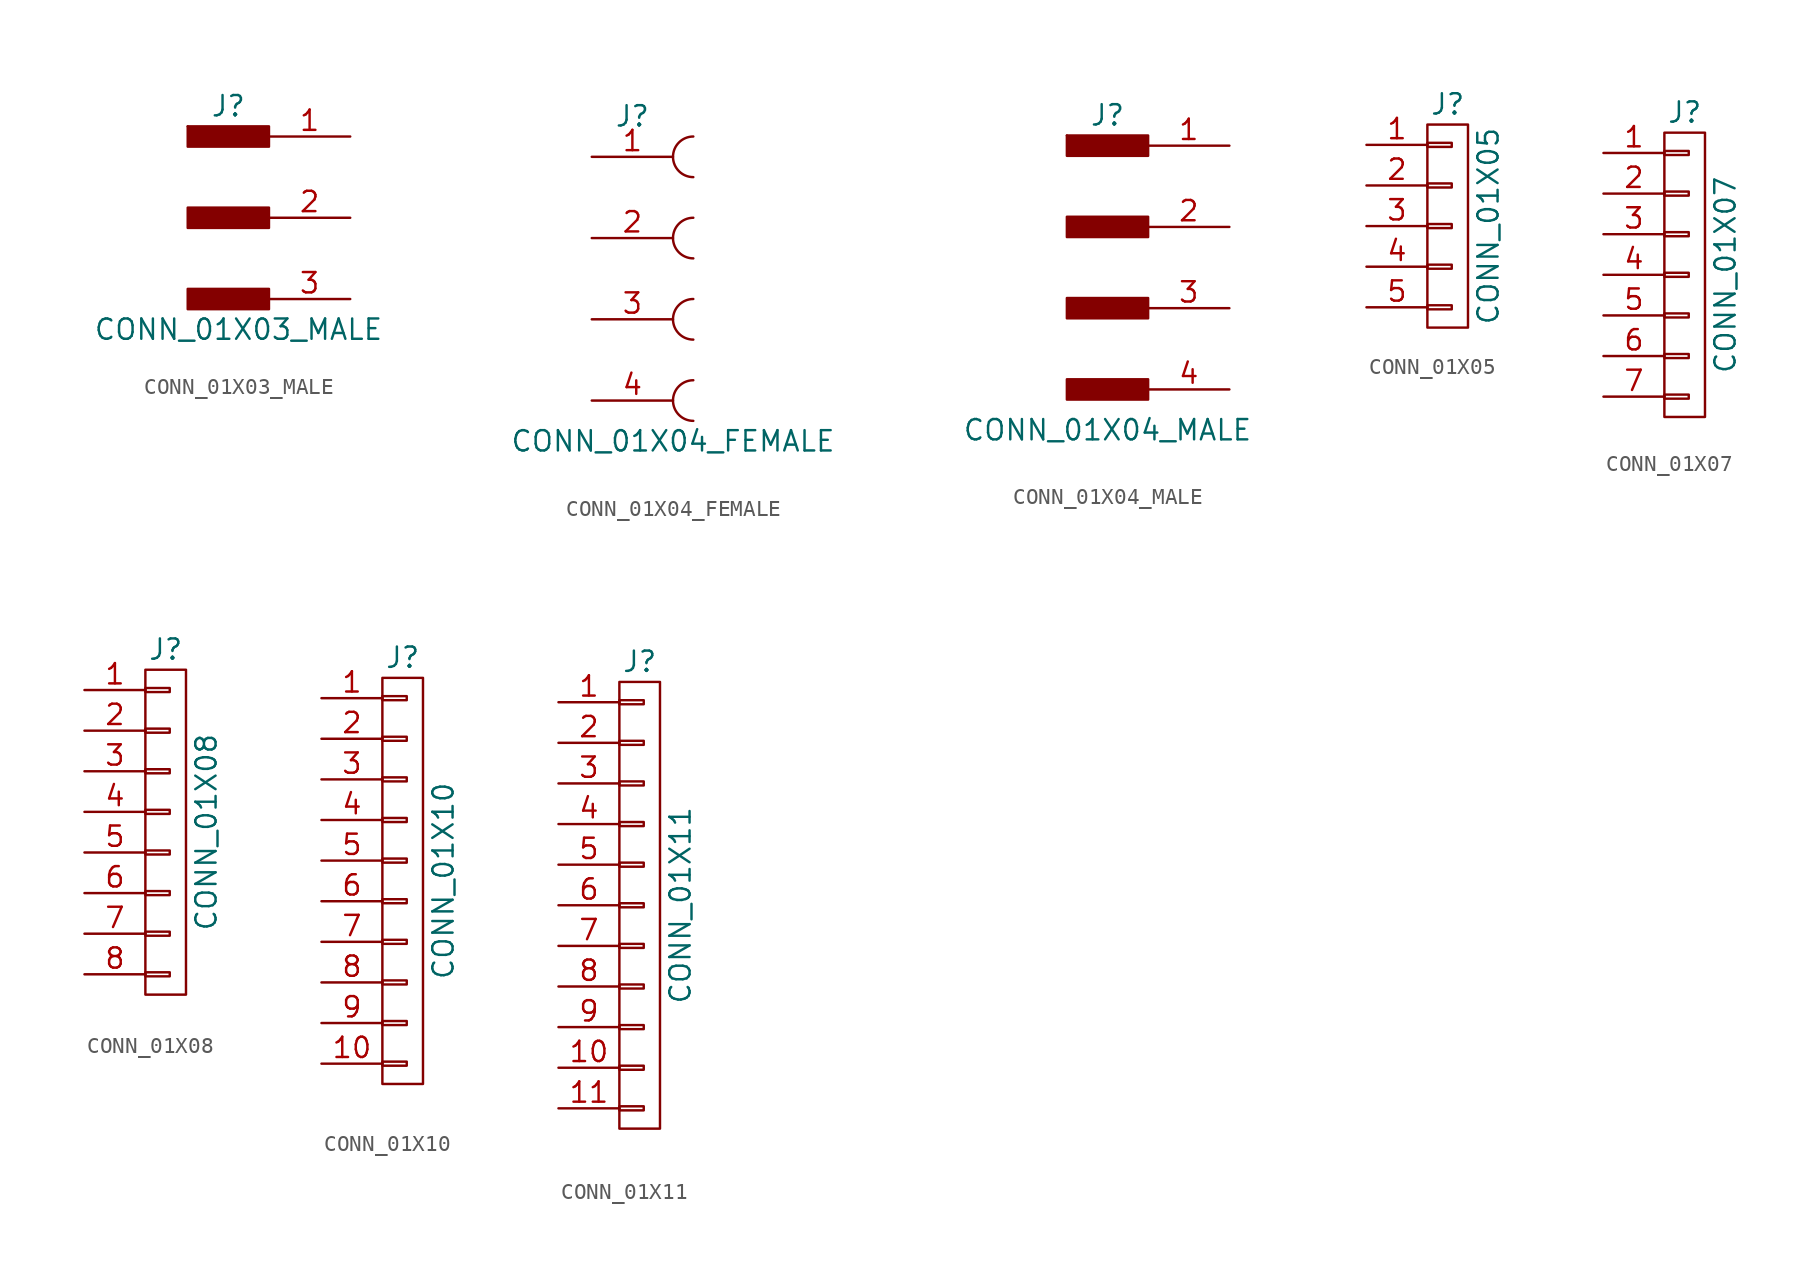
<source format=kicad_sym>
(kicad_symbol_lib
  (version 20211014)
  (generator kicad_symbol_editor)
  (symbol "CONN_01X03_MALE"
    (pin_names
      (offset 1.016) hide)
    (property "Reference" "J"
      (at 0 6.985 0)
      (effects (font (size 1.27 1.27))))
    (property "Value" "CONN_01X03_MALE"
      (at 0.635 -6.985 0)
      (effects (font (size 1.27 1.27))))
    (symbol "CONN_01X03_MALE_0_1"
      (rectangle (start -2.54 0.635) (end 2.54 -0.635) (stroke (width 0) (type default) (color 0 0 0 0)) (fill (type outline)))
      (rectangle (start -2.54 5.715) (end -2.54 5.715) (stroke (width 0) (type default) (color 0 0 0 0)) (fill (type none)))
      (rectangle (start 2.54 -4.445) (end -2.54 -5.715) (stroke (width 0) (type default) (color 0 0 0 0)) (fill (type outline)))
      (rectangle (start 2.54 5.715) (end -2.54 4.445) (stroke (width 0) (type default) (color 0 0 0 0)) (fill (type outline))))
    (symbol "CONN_01X03_MALE_1_1"
      (pin passive line (at 7.62 5.08 180) (length 5.08) (name "1" (effects (font (size 1.27 1.27)))) (number "1" (effects (font (size 1.27 1.27)))))
      (pin passive line (at 7.62 0 180) (length 5.08) (name "2" (effects (font (size 1.27 1.27)))) (number "2" (effects (font (size 1.27 1.27)))))
      (pin passive line (at 7.62 -5.08 180) (length 5.08) (name "3" (effects (font (size 1.27 1.27)))) (number "3" (effects (font (size 1.27 1.27)))))))
  (symbol "CONN_01X04_FEMALE"
    (pin_names
      (offset 1.016) hide)
    (property "Reference" "J"
      (at 0 10.16 0)
      (effects (font (size 1.27 1.27))))
    (property "Value" "CONN_01X04_FEMALE"
      (at 2.54 -10.16 0)
      (effects (font (size 1.27 1.27))))
    (symbol "CONN_01X04_FEMALE_0_1"
      (arc (start 3.81 -6.35) (mid 2.54 -7.62) (end 3.81 -8.89) (stroke (width 0) (type default) (color 0 0 0 0)) (fill (type none)))
      (arc (start 3.81 -1.27) (mid 2.54 -2.54) (end 3.81 -3.81) (stroke (width 0) (type default) (color 0 0 0 0)) (fill (type none)))
      (arc (start 3.81 3.81) (mid 2.54 2.54) (end 3.81 1.27) (stroke (width 0) (type default) (color 0 0 0 0)) (fill (type none)))
      (arc (start 3.81 8.89) (mid 2.54 7.62) (end 3.81 6.35) (stroke (width 0) (type default) (color 0 0 0 0)) (fill (type none))))
    (symbol "CONN_01X04_FEMALE_1_1"
      (pin passive line (at -2.54 7.62 0) (length 5.08) (name "1" (effects (font (size 1.27 1.27)))) (number "1" (effects (font (size 1.27 1.27)))))
      (pin passive line (at -2.54 2.54 0) (length 5.08) (name "2" (effects (font (size 1.27 1.27)))) (number "2" (effects (font (size 1.27 1.27)))))
      (pin passive line (at -2.54 -2.54 0) (length 5.08) (name "3" (effects (font (size 1.27 1.27)))) (number "3" (effects (font (size 1.27 1.27)))))
      (pin passive line (at -2.54 -7.62 0) (length 5.08) (name "4" (effects (font (size 1.27 1.27)))) (number "4" (effects (font (size 1.27 1.27)))))))
  (symbol "CONN_01X04_MALE"
    (pin_names
      (offset 1.016) hide)
    (property "Reference" "J"
      (at 0 9.525 0)
      (effects (font (size 1.27 1.27))))
    (property "Value" "CONN_01X04_MALE"
      (at 0 -10.16 0)
      (effects (font (size 1.27 1.27))))
    (symbol "CONN_01X04_MALE_0_1"
      (rectangle (start -2.54 3.175) (end 2.54 1.905) (stroke (width 0) (type default) (color 0 0 0 0)) (fill (type outline)))
      (rectangle (start -2.54 8.255) (end -2.54 8.255) (stroke (width 0) (type default) (color 0 0 0 0)) (fill (type none)))
      (rectangle (start 2.54 -8.255) (end -2.54 -6.985) (stroke (width 0) (type default) (color 0 0 0 0)) (fill (type outline)))
      (rectangle (start 2.54 -1.905) (end -2.54 -3.175) (stroke (width 0) (type default) (color 0 0 0 0)) (fill (type outline)))
      (rectangle (start 2.54 8.255) (end -2.54 6.985) (stroke (width 0) (type default) (color 0 0 0 0)) (fill (type outline))))
    (symbol "CONN_01X04_MALE_1_1"
      (pin passive line (at 7.62 7.62 180) (length 5.08) (name "1" (effects (font (size 1.27 1.27)))) (number "1" (effects (font (size 1.27 1.27)))))
      (pin passive line (at 7.62 2.54 180) (length 5.08) (name "2" (effects (font (size 1.27 1.27)))) (number "2" (effects (font (size 1.27 1.27)))))
      (pin passive line (at 7.62 -2.54 180) (length 5.08) (name "3" (effects (font (size 1.27 1.27)))) (number "3" (effects (font (size 1.27 1.27)))))
      (pin passive line (at 7.62 -7.62 180) (length 5.08) (name "4" (effects (font (size 1.27 1.27)))) (number "4" (effects (font (size 1.27 1.27)))))))
  (symbol "CONN_01X05"
    (pin_names
      (offset 1.016) hide)
    (property "Reference" "J"
      (at 0 7.62 0)
      (effects (font (size 1.27 1.27))))
    (property "Value" "CONN_01X05"
      (at 2.54 0 90)
      (effects (font (size 1.27 1.27))))
    (symbol "CONN_01X05_0_1"
      (rectangle (start -1.27 -4.953) (end 0.254 -5.207) (stroke (width 0) (type default) (color 0 0 0 0)) (fill (type none)))
      (rectangle (start -1.27 -2.413) (end 0.254 -2.667) (stroke (width 0) (type default) (color 0 0 0 0)) (fill (type none)))
      (rectangle (start -1.27 0.127) (end 0.254 -0.127) (stroke (width 0) (type default) (color 0 0 0 0)) (fill (type none)))
      (rectangle (start -1.27 2.667) (end 0.254 2.413) (stroke (width 0) (type default) (color 0 0 0 0)) (fill (type none)))
      (rectangle (start -1.27 5.207) (end 0.254 4.953) (stroke (width 0) (type default) (color 0 0 0 0)) (fill (type none)))
      (rectangle (start -1.27 6.35) (end 1.27 -6.35) (stroke (width 0) (type default) (color 0 0 0 0)) (fill (type none))))
    (symbol "CONN_01X05_1_1"
      (pin passive line (at -5.08 5.08 0) (length 3.81) (name "P1" (effects (font (size 1.27 1.27)))) (number "1" (effects (font (size 1.27 1.27)))))
      (pin passive line (at -5.08 2.54 0) (length 3.81) (name "P2" (effects (font (size 1.27 1.27)))) (number "2" (effects (font (size 1.27 1.27)))))
      (pin passive line (at -5.08 0 0) (length 3.81) (name "P3" (effects (font (size 1.27 1.27)))) (number "3" (effects (font (size 1.27 1.27)))))
      (pin passive line (at -5.08 -2.54 0) (length 3.81) (name "P4" (effects (font (size 1.27 1.27)))) (number "4" (effects (font (size 1.27 1.27)))))
      (pin passive line (at -5.08 -5.08 0) (length 3.81) (name "P5" (effects (font (size 1.27 1.27)))) (number "5" (effects (font (size 1.27 1.27)))))))
  (symbol "CONN_01X07"
    (pin_names
      (offset 1.016) hide)
    (property "Reference" "J"
      (at 0 10.16 0)
      (effects (font (size 1.27 1.27))))
    (property "Value" "CONN_01X07"
      (at 2.54 0 90)
      (effects (font (size 1.27 1.27))))
    (symbol "CONN_01X07_0_1"
      (rectangle (start -1.27 -8.89) (end 1.27 8.89) (stroke (width 0) (type default) (color 0 0 0 0)) (fill (type none)))
      (rectangle (start -1.27 -7.493) (end 0.254 -7.747) (stroke (width 0) (type default) (color 0 0 0 0)) (fill (type none)))
      (rectangle (start -1.27 -4.953) (end 0.254 -5.207) (stroke (width 0) (type default) (color 0 0 0 0)) (fill (type none)))
      (rectangle (start -1.27 -2.413) (end 0.254 -2.667) (stroke (width 0) (type default) (color 0 0 0 0)) (fill (type none)))
      (rectangle (start -1.27 0.127) (end 0.254 -0.127) (stroke (width 0) (type default) (color 0 0 0 0)) (fill (type none)))
      (rectangle (start -1.27 2.667) (end 0.254 2.413) (stroke (width 0) (type default) (color 0 0 0 0)) (fill (type none)))
      (rectangle (start -1.27 5.207) (end 0.254 4.953) (stroke (width 0) (type default) (color 0 0 0 0)) (fill (type none)))
      (rectangle (start -1.27 7.747) (end 0.254 7.493) (stroke (width 0) (type default) (color 0 0 0 0)) (fill (type none))))
    (symbol "CONN_01X07_1_1"
      (pin passive line (at -5.08 7.62 0) (length 3.81) (name "P1" (effects (font (size 1.27 1.27)))) (number "1" (effects (font (size 1.27 1.27)))))
      (pin passive line (at -5.08 5.08 0) (length 3.81) (name "P2" (effects (font (size 1.27 1.27)))) (number "2" (effects (font (size 1.27 1.27)))))
      (pin passive line (at -5.08 2.54 0) (length 3.81) (name "P3" (effects (font (size 1.27 1.27)))) (number "3" (effects (font (size 1.27 1.27)))))
      (pin passive line (at -5.08 0 0) (length 3.81) (name "P4" (effects (font (size 1.27 1.27)))) (number "4" (effects (font (size 1.27 1.27)))))
      (pin passive line (at -5.08 -2.54 0) (length 3.81) (name "P5" (effects (font (size 1.27 1.27)))) (number "5" (effects (font (size 1.27 1.27)))))
      (pin passive line (at -5.08 -5.08 0) (length 3.81) (name "P6" (effects (font (size 1.27 1.27)))) (number "6" (effects (font (size 1.27 1.27)))))
      (pin passive line (at -5.08 -7.62 0) (length 3.81) (name "P7" (effects (font (size 1.27 1.27)))) (number "7" (effects (font (size 1.27 1.27)))))))
  (symbol "CONN_01X08"
    (pin_names
      (offset 1.016) hide)
    (property "Reference" "J"
      (at 0 11.43 0)
      (effects (font (size 1.27 1.27))))
    (property "Value" "CONN_01X08"
      (at 2.54 0 90)
      (effects (font (size 1.27 1.27))))
    (symbol "CONN_01X08_0_1"
      (rectangle (start -1.27 -10.16) (end 1.27 10.16) (stroke (width 0) (type default) (color 0 0 0 0)) (fill (type none)))
      (rectangle (start -1.27 -8.763) (end 0.254 -9.017) (stroke (width 0) (type default) (color 0 0 0 0)) (fill (type none)))
      (rectangle (start -1.27 -6.223) (end 0.254 -6.477) (stroke (width 0) (type default) (color 0 0 0 0)) (fill (type none)))
      (rectangle (start -1.27 -3.683) (end 0.254 -3.937) (stroke (width 0) (type default) (color 0 0 0 0)) (fill (type none)))
      (rectangle (start -1.27 -1.143) (end 0.254 -1.397) (stroke (width 0) (type default) (color 0 0 0 0)) (fill (type none)))
      (rectangle (start -1.27 1.397) (end 0.254 1.143) (stroke (width 0) (type default) (color 0 0 0 0)) (fill (type none)))
      (rectangle (start -1.27 3.937) (end 0.254 3.683) (stroke (width 0) (type default) (color 0 0 0 0)) (fill (type none)))
      (rectangle (start -1.27 6.477) (end 0.254 6.223) (stroke (width 0) (type default) (color 0 0 0 0)) (fill (type none)))
      (rectangle (start -1.27 9.017) (end 0.254 8.763) (stroke (width 0) (type default) (color 0 0 0 0)) (fill (type none))))
    (symbol "CONN_01X08_1_1"
      (pin passive line (at -5.08 8.89 0) (length 3.81) (name "P1" (effects (font (size 1.27 1.27)))) (number "1" (effects (font (size 1.27 1.27)))))
      (pin passive line (at -5.08 6.35 0) (length 3.81) (name "P2" (effects (font (size 1.27 1.27)))) (number "2" (effects (font (size 1.27 1.27)))))
      (pin passive line (at -5.08 3.81 0) (length 3.81) (name "P3" (effects (font (size 1.27 1.27)))) (number "3" (effects (font (size 1.27 1.27)))))
      (pin passive line (at -5.08 1.27 0) (length 3.81) (name "P4" (effects (font (size 1.27 1.27)))) (number "4" (effects (font (size 1.27 1.27)))))
      (pin passive line (at -5.08 -1.27 0) (length 3.81) (name "P5" (effects (font (size 1.27 1.27)))) (number "5" (effects (font (size 1.27 1.27)))))
      (pin passive line (at -5.08 -3.81 0) (length 3.81) (name "P6" (effects (font (size 1.27 1.27)))) (number "6" (effects (font (size 1.27 1.27)))))
      (pin passive line (at -5.08 -6.35 0) (length 3.81) (name "P7" (effects (font (size 1.27 1.27)))) (number "7" (effects (font (size 1.27 1.27)))))
      (pin passive line (at -5.08 -8.89 0) (length 3.81) (name "P8" (effects (font (size 1.27 1.27)))) (number "8" (effects (font (size 1.27 1.27)))))))
  (symbol "CONN_01X10"
    (pin_names
      (offset 1.016) hide)
    (property "Reference" "J"
      (at 0 13.97 0)
      (effects (font (size 1.27 1.27))))
    (property "Value" "CONN_01X10"
      (at 2.54 0 90)
      (effects (font (size 1.27 1.27))))
    (symbol "CONN_01X10_0_1"
      (rectangle (start -1.27 -11.303) (end 0.254 -11.557) (stroke (width 0) (type default) (color 0 0 0 0)) (fill (type none)))
      (rectangle (start -1.27 -8.763) (end 0.254 -9.017) (stroke (width 0) (type default) (color 0 0 0 0)) (fill (type none)))
      (rectangle (start -1.27 -6.223) (end 0.254 -6.477) (stroke (width 0) (type default) (color 0 0 0 0)) (fill (type none)))
      (rectangle (start -1.27 -3.683) (end 0.254 -3.937) (stroke (width 0) (type default) (color 0 0 0 0)) (fill (type none)))
      (rectangle (start -1.27 -1.143) (end 0.254 -1.397) (stroke (width 0) (type default) (color 0 0 0 0)) (fill (type none)))
      (rectangle (start -1.27 1.397) (end 0.254 1.143) (stroke (width 0) (type default) (color 0 0 0 0)) (fill (type none)))
      (rectangle (start -1.27 3.937) (end 0.254 3.683) (stroke (width 0) (type default) (color 0 0 0 0)) (fill (type none)))
      (rectangle (start -1.27 6.477) (end 0.254 6.223) (stroke (width 0) (type default) (color 0 0 0 0)) (fill (type none)))
      (rectangle (start -1.27 9.017) (end 0.254 8.763) (stroke (width 0) (type default) (color 0 0 0 0)) (fill (type none)))
      (rectangle (start -1.27 11.557) (end 0.254 11.303) (stroke (width 0) (type default) (color 0 0 0 0)) (fill (type none)))
      (rectangle (start -1.27 12.7) (end 1.27 -12.7) (stroke (width 0) (type default) (color 0 0 0 0)) (fill (type none))))
    (symbol "CONN_01X10_1_1"
      (pin passive line (at -5.08 11.43 0) (length 3.81) (name "P1" (effects (font (size 1.27 1.27)))) (number "1" (effects (font (size 1.27 1.27)))))
      (pin passive line (at -5.08 -11.43 0) (length 3.81) (name "P10" (effects (font (size 1.27 1.27)))) (number "10" (effects (font (size 1.27 1.27)))))
      (pin passive line (at -5.08 8.89 0) (length 3.81) (name "P2" (effects (font (size 1.27 1.27)))) (number "2" (effects (font (size 1.27 1.27)))))
      (pin passive line (at -5.08 6.35 0) (length 3.81) (name "P3" (effects (font (size 1.27 1.27)))) (number "3" (effects (font (size 1.27 1.27)))))
      (pin passive line (at -5.08 3.81 0) (length 3.81) (name "P4" (effects (font (size 1.27 1.27)))) (number "4" (effects (font (size 1.27 1.27)))))
      (pin passive line (at -5.08 1.27 0) (length 3.81) (name "P5" (effects (font (size 1.27 1.27)))) (number "5" (effects (font (size 1.27 1.27)))))
      (pin passive line (at -5.08 -1.27 0) (length 3.81) (name "P6" (effects (font (size 1.27 1.27)))) (number "6" (effects (font (size 1.27 1.27)))))
      (pin passive line (at -5.08 -3.81 0) (length 3.81) (name "P7" (effects (font (size 1.27 1.27)))) (number "7" (effects (font (size 1.27 1.27)))))
      (pin passive line (at -5.08 -6.35 0) (length 3.81) (name "P8" (effects (font (size 1.27 1.27)))) (number "8" (effects (font (size 1.27 1.27)))))
      (pin passive line (at -5.08 -8.89 0) (length 3.81) (name "P9" (effects (font (size 1.27 1.27)))) (number "9" (effects (font (size 1.27 1.27)))))))
  (symbol "CONN_01X11"
    (pin_names
      (offset 1.016) hide)
    (property "Reference" "J"
      (at 0 15.24 0)
      (effects (font (size 1.27 1.27))))
    (property "Value" "CONN_01X11"
      (at 2.54 0 90)
      (effects (font (size 1.27 1.27))))
    (symbol "CONN_01X11_0_1"
      (rectangle (start -1.27 -12.573) (end 0.254 -12.827) (stroke (width 0) (type default) (color 0 0 0 0)) (fill (type none)))
      (rectangle (start -1.27 -10.033) (end 0.254 -10.287) (stroke (width 0) (type default) (color 0 0 0 0)) (fill (type none)))
      (rectangle (start -1.27 -7.493) (end 0.254 -7.747) (stroke (width 0) (type default) (color 0 0 0 0)) (fill (type none)))
      (rectangle (start -1.27 -4.953) (end 0.254 -5.207) (stroke (width 0) (type default) (color 0 0 0 0)) (fill (type none)))
      (rectangle (start -1.27 -2.413) (end 0.254 -2.667) (stroke (width 0) (type default) (color 0 0 0 0)) (fill (type none)))
      (rectangle (start -1.27 0.127) (end 0.254 -0.127) (stroke (width 0) (type default) (color 0 0 0 0)) (fill (type none)))
      (rectangle (start -1.27 2.667) (end 0.254 2.413) (stroke (width 0) (type default) (color 0 0 0 0)) (fill (type none)))
      (rectangle (start -1.27 5.207) (end 0.254 4.953) (stroke (width 0) (type default) (color 0 0 0 0)) (fill (type none)))
      (rectangle (start -1.27 7.747) (end 0.254 7.493) (stroke (width 0) (type default) (color 0 0 0 0)) (fill (type none)))
      (rectangle (start -1.27 10.287) (end 0.254 10.033) (stroke (width 0) (type default) (color 0 0 0 0)) (fill (type none)))
      (rectangle (start -1.27 12.827) (end 0.254 12.573) (stroke (width 0) (type default) (color 0 0 0 0)) (fill (type none)))
      (rectangle (start -1.27 13.97) (end 1.27 -13.97) (stroke (width 0) (type default) (color 0 0 0 0)) (fill (type none))))
    (symbol "CONN_01X11_1_1"
      (pin passive line (at -5.08 12.7 0) (length 3.81) (name "P1" (effects (font (size 1.27 1.27)))) (number "1" (effects (font (size 1.27 1.27)))))
      (pin passive line (at -5.08 -10.16 0) (length 3.81) (name "P10" (effects (font (size 1.27 1.27)))) (number "10" (effects (font (size 1.27 1.27)))))
      (pin passive line (at -5.08 -12.7 0) (length 3.81) (name "P11" (effects (font (size 1.27 1.27)))) (number "11" (effects (font (size 1.27 1.27)))))
      (pin passive line (at -5.08 10.16 0) (length 3.81) (name "P2" (effects (font (size 1.27 1.27)))) (number "2" (effects (font (size 1.27 1.27)))))
      (pin passive line (at -5.08 7.62 0) (length 3.81) (name "P3" (effects (font (size 1.27 1.27)))) (number "3" (effects (font (size 1.27 1.27)))))
      (pin passive line (at -5.08 5.08 0) (length 3.81) (name "P4" (effects (font (size 1.27 1.27)))) (number "4" (effects (font (size 1.27 1.27)))))
      (pin passive line (at -5.08 2.54 0) (length 3.81) (name "P5" (effects (font (size 1.27 1.27)))) (number "5" (effects (font (size 1.27 1.27)))))
      (pin passive line (at -5.08 0 0) (length 3.81) (name "P6" (effects (font (size 1.27 1.27)))) (number "6" (effects (font (size 1.27 1.27)))))
      (pin passive line (at -5.08 -2.54 0) (length 3.81) (name "P7" (effects (font (size 1.27 1.27)))) (number "7" (effects (font (size 1.27 1.27)))))
      (pin passive line (at -5.08 -5.08 0) (length 3.81) (name "P8" (effects (font (size 1.27 1.27)))) (number "8" (effects (font (size 1.27 1.27)))))
      (pin passive line (at -5.08 -7.62 0) (length 3.81) (name "P9" (effects (font (size 1.27 1.27)))) (number "9" (effects (font (size 1.27 1.27))))))))
</source>
